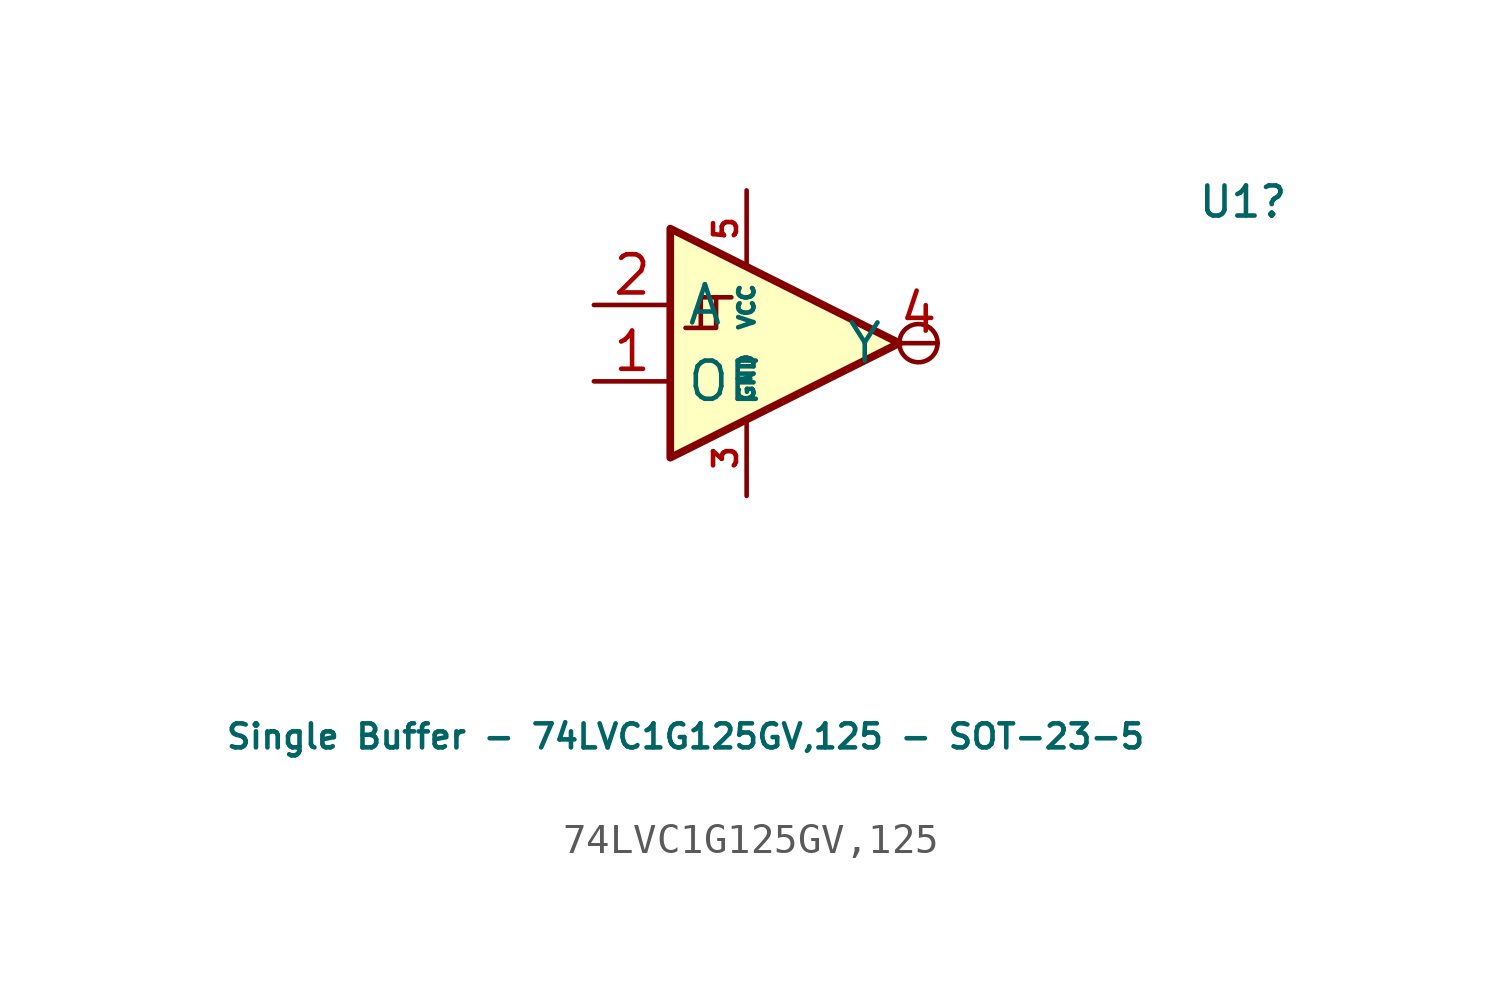
<source format=kicad_sym>
(kicad_symbol_lib
  (version 20231120)
  (generator "kicad_symbol_editor")
  (generator_version "8.0")
  (symbol "74LVC1G125GV,125"
    (property "Reference" "U1"
      (at 16.51 4.699 0)
      (effects (font (size 1 1))))
    (property "Value" "Single Buffer - 74LVC1G125GV,125 - SOT-23-5"
      (at -2.032 -13.081 0)
      (effects (font (size 0.8 0.8))))
    (symbol "74LVC1G125GV,125_0_1"
      (polyline (pts (xy -1.016 1.524) (xy -0.508 1.524)) (stroke (width 0) (type default)) (fill (type none)))
      (polyline (pts (xy -2.54 3.81) (xy -2.54 -3.81) (xy 5.08 0) (xy -2.54 3.81)) (stroke (width 0.254) (type default)) (fill (type background)))
      (polyline (pts (xy -1.524 0.508) (xy -1.524 1.524) (xy -1.016 1.524) (xy -1.016 0.508) (xy -2.032 0.508)) (stroke (width 0) (type default)) (fill (type none)))
      (circle (center 5.715 0) (radius 0.635) (stroke (width 0) (type default)) (fill (type none))))
    (symbol "74LVC1G125GV,125_1_1"
      (pin input line (at -5.08 -1.27 0) (length 2.54) (name "OE" (effects (font (size 1.27 1.27)))) (number "1" (effects (font (size 1.27 1.27)))))
      (pin input line (at -5.08 1.27 0) (length 2.54) (name "A" (effects (font (size 1.27 1.27)))) (number "2" (effects (font (size 1.27 1.27)))))
      (pin power_in line (at 0 -5.08 90) (length 2.54) (name "GND" (effects (font (size 0.508 0.508)))) (number "3" (effects (font (size 0.762 0.762)))))
      (pin output line (at 6.35 0 180) (length 1.27) (name "Y" (effects (font (size 1.27 1.27)))) (number "4" (effects (font (size 1.27 1.27)))))
      (pin power_in line (at 0 5.08 270) (length 2.54) (name "VCC" (effects (font (size 0.508 0.508)))) (number "5" (effects (font (size 0.762 0.762))))))))
</source>
